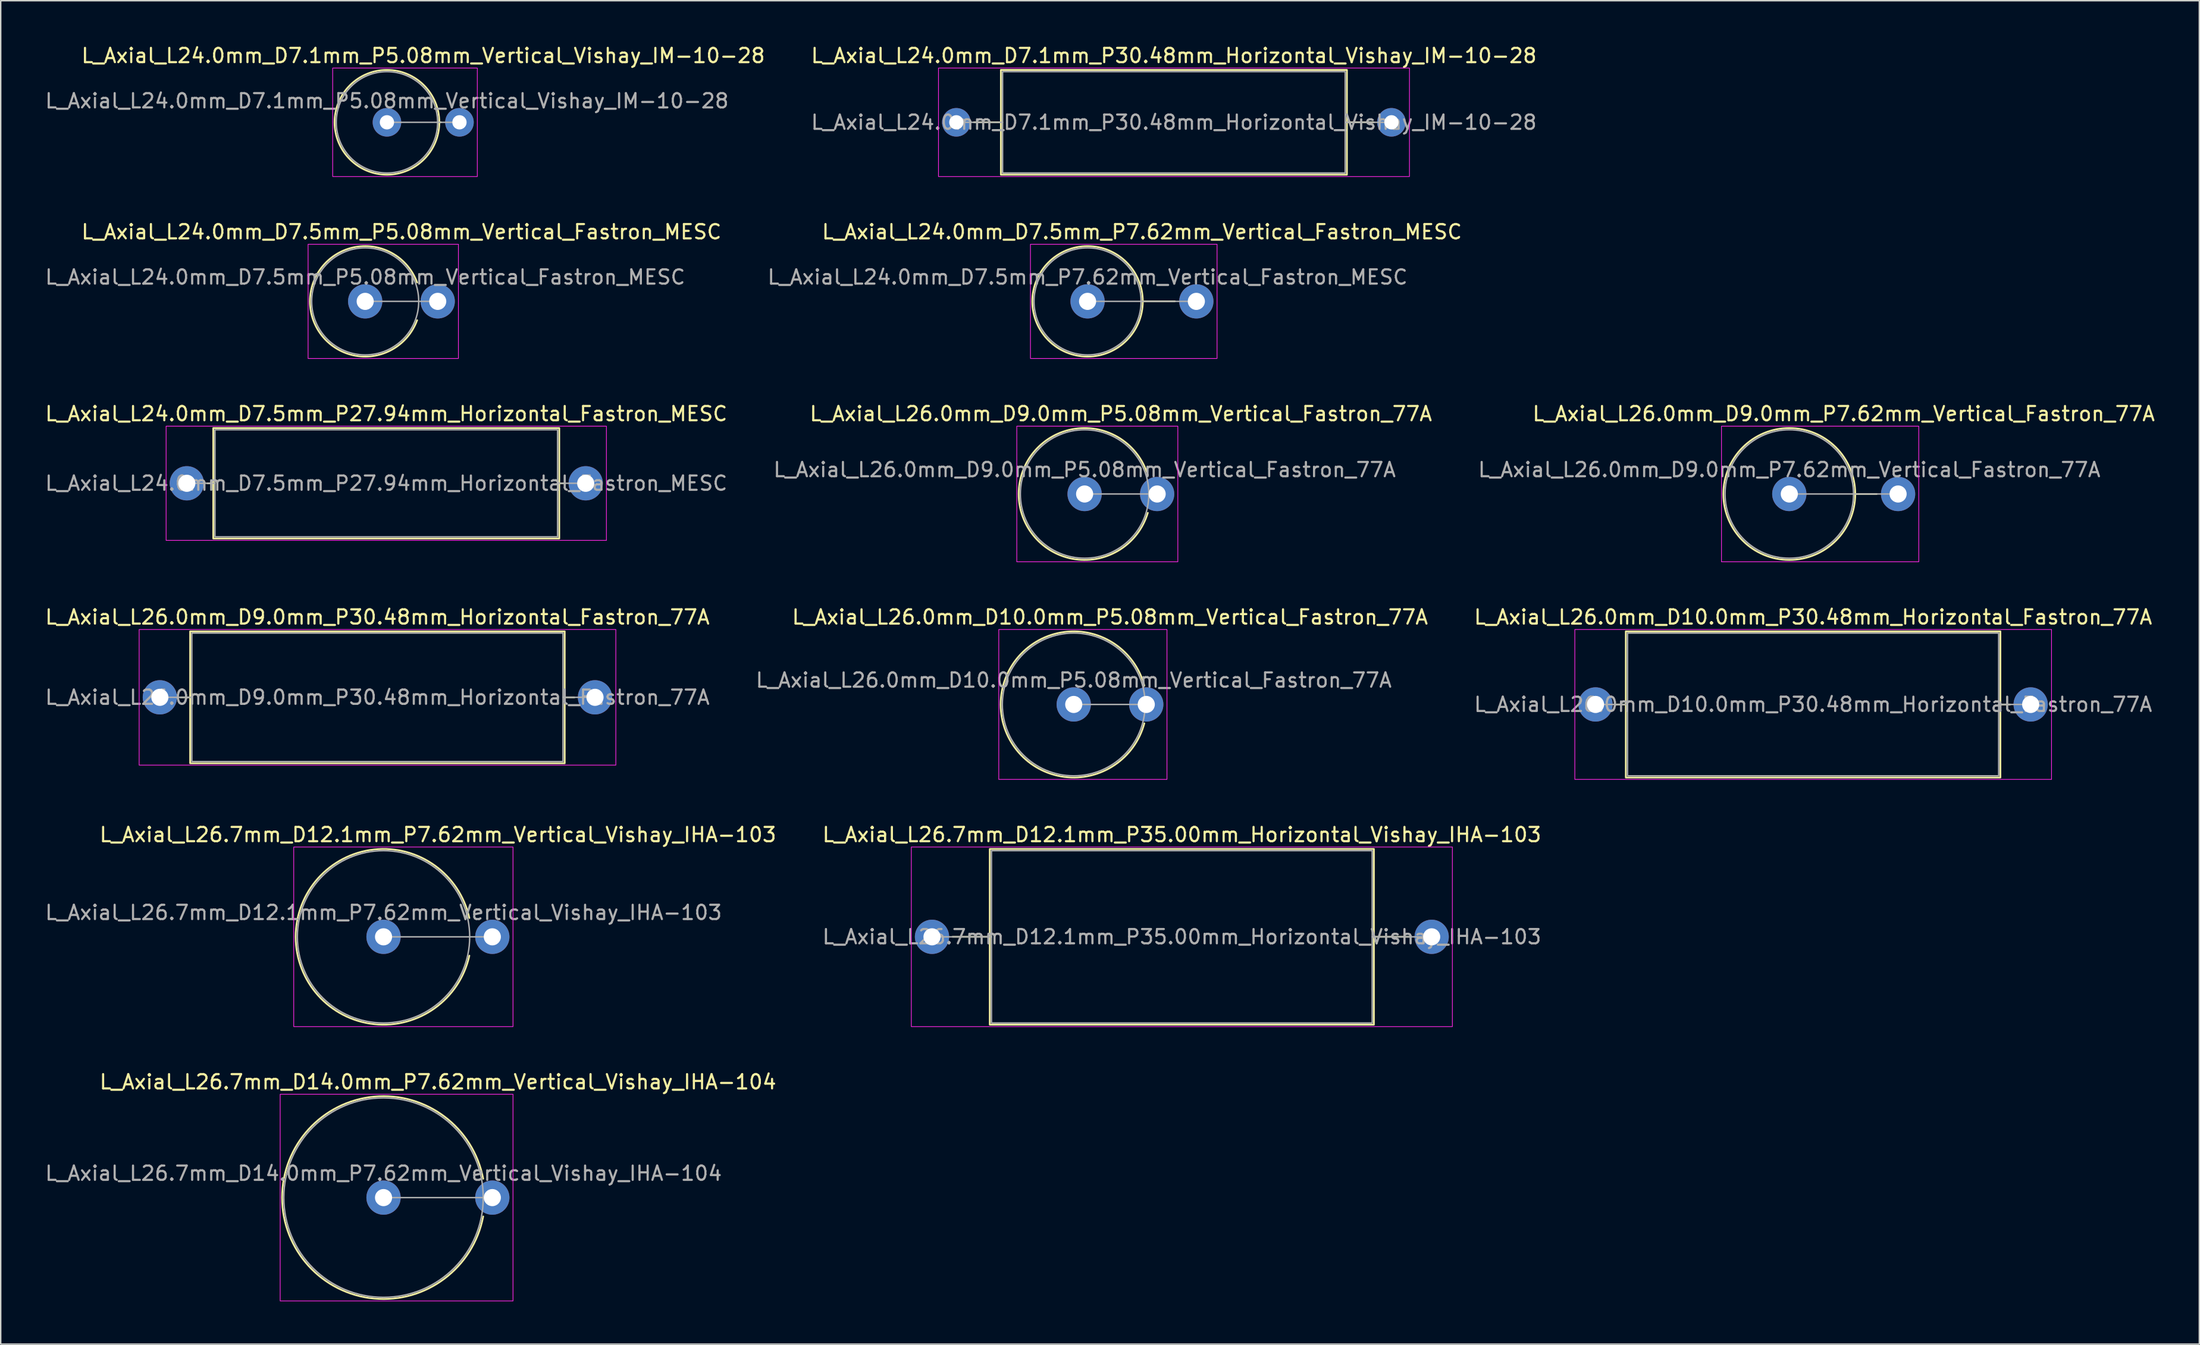
<source format=kicad_pcb>
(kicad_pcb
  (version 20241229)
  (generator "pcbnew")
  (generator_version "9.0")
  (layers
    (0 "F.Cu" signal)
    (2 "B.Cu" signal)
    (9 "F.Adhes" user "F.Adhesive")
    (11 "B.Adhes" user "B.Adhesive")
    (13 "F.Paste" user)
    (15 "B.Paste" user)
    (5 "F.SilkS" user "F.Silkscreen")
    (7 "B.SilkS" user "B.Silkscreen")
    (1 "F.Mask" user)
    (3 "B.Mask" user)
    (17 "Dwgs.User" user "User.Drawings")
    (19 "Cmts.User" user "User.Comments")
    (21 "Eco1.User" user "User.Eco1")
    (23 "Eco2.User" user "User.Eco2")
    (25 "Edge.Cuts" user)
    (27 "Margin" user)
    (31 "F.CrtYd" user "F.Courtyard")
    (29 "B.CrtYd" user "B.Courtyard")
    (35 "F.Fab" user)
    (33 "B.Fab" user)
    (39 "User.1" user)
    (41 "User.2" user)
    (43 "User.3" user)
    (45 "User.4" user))
  (footprint "L_Axial_L26.0mm_D9.0mm_P5.08mm_Vertical_Fastron_77A"
    (layer "F.Cu")
    (at 72.923 31.555)
    (property "Reference" "L_Axial_L26.0mm_D9.0mm_P5.08mm_Vertical_Fastron_77A" (at 2.54 -5.62 0) (layer "F.SilkS") (effects (font (size 1 1) (thickness 0.15))))
    (attr through_hole)
    (fp_arc (start 4.427415 1.32) (mid -4.62 0) (end 4.427415 -1.32) (stroke (width 0.12) (type solid)) (layer "F.SilkS"))
    (fp_rect (start -4.75 -4.75) (end 6.53 4.75) (stroke (width 0.05) (type solid)) (fill no) (layer "F.CrtYd"))
    (fp_line (start 0 0) (end 5.08 0) (stroke (width 0.1) (type solid)) (layer "F.Fab"))
    (fp_circle (center 0 0) (end 4.5 0) (stroke (width 0.1) (type solid)) (fill no) (layer "F.Fab"))
    (fp_text user "${REFERENCE}" (at 0 -1.7 0) (layer "F.Fab") (effects (font (size 1 1) (thickness 0.15))))
    (pad "1" thru_hole circle (at 0 0) (size 2.4 2.4) (drill 1.2) (layers "*.Cu" "*.Mask"))
    (pad "2" thru_hole circle (at 5.08 0) (size 2.4 2.4) (drill 1.2) (layers "*.Cu" "*.Mask")))
  (footprint "L_Axial_L26.7mm_D12.1mm_P7.62mm_Vertical_Vishay_IHA-103"
    (layer "F.Cu")
    (at 23.815 62.576)
    (property "Reference" "L_Axial_L26.7mm_D12.1mm_P7.62mm_Vertical_Vishay_IHA-103" (at 3.81 -7.155 0) (layer "F.SilkS") (effects (font (size 1 1) (thickness 0.15))))
    (attr through_hole)
    (fp_arc (start 6.01179 1.32) (mid -6.155 0) (end 6.01179 -1.32) (stroke (width 0.12) (type solid)) (layer "F.SilkS"))
    (fp_rect (start -6.29 -6.29) (end 9.07 6.29) (stroke (width 0.05) (type solid)) (fill no) (layer "F.CrtYd"))
    (fp_line (start 0 0) (end 7.62 0) (stroke (width 0.1) (type solid)) (layer "F.Fab"))
    (fp_circle (center 0 0) (end 6.035 0) (stroke (width 0.1) (type solid)) (fill no) (layer "F.Fab"))
    (fp_text user "${REFERENCE}" (at 0 -1.7 0) (layer "F.Fab") (effects (font (size 1 1) (thickness 0.15))))
    (pad "1" thru_hole circle (at 0 0) (size 2.4 2.4) (drill 1.2) (layers "*.Cu" "*.Mask"))
    (pad "2" thru_hole circle (at 7.62 0) (size 2.4 2.4) (drill 1.2) (layers "*.Cu" "*.Mask")))
  (footprint "L_Axial_L26.7mm_D14.0mm_P7.62mm_Vertical_Vishay_IHA-104"
    (layer "F.Cu")
    (at 23.815 80.844)
    (property "Reference" "L_Axial_L26.7mm_D14.0mm_P7.62mm_Vertical_Vishay_IHA-104" (at 3.81 -8.105 0) (layer "F.SilkS") (effects (font (size 1 1) (thickness 0.15))))
    (attr through_hole)
    (fp_arc (start 6.981305 1.32) (mid -7.105 0) (end 6.981305 -1.32) (stroke (width 0.12) (type solid)) (layer "F.SilkS"))
    (fp_rect (start -7.24 -7.24) (end 9.07 7.24) (stroke (width 0.05) (type solid)) (fill no) (layer "F.CrtYd"))
    (fp_line (start 0 0) (end 7.62 0) (stroke (width 0.1) (type solid)) (layer "F.Fab"))
    (fp_circle (center 0 0) (end 6.985 0) (stroke (width 0.1) (type solid)) (fill no) (layer "F.Fab"))
    (fp_text user "${REFERENCE}" (at 0 -1.7 0) (layer "F.Fab") (effects (font (size 1 1) (thickness 0.15))))
    (pad "1" thru_hole circle (at 0 0) (size 2.4 2.4) (drill 1.2) (layers "*.Cu" "*.Mask"))
    (pad "2" thru_hole circle (at 7.62 0) (size 2.4 2.4) (drill 1.2) (layers "*.Cu" "*.Mask")))
  (footprint "L_Axial_L24.0mm_D7.5mm_P5.08mm_Vertical_Fastron_MESC"
    (layer "F.Cu")
    (at 22.53 18.061)
    (property "Reference" "L_Axial_L24.0mm_D7.5mm_P5.08mm_Vertical_Fastron_MESC" (at 2.54 -4.87 0) (layer "F.SilkS") (effects (font (size 1 1) (thickness 0.15))))
    (attr through_hole)
    (fp_arc (start 3.637925 1.32) (mid -3.87 0) (end 3.637925 -1.32) (stroke (width 0.12) (type solid)) (layer "F.SilkS"))
    (fp_rect (start -4 -4) (end 6.53 4) (stroke (width 0.05) (type solid)) (fill no) (layer "F.CrtYd"))
    (fp_line (start 0 0) (end 5.08 0) (stroke (width 0.1) (type solid)) (layer "F.Fab"))
    (fp_circle (center 0 0) (end 3.75 0) (stroke (width 0.1) (type solid)) (fill no) (layer "F.Fab"))
    (fp_text user "${REFERENCE}" (at 0 -1.7 0) (layer "F.Fab") (effects (font (size 1 1) (thickness 0.15))))
    (pad "1" thru_hole circle (at 0 0) (size 2.4 2.4) (drill 1.2) (layers "*.Cu" "*.Mask"))
    (pad "2" thru_hole circle (at 5.08 0) (size 2.4 2.4) (drill 1.2) (layers "*.Cu" "*.Mask")))
  (footprint "L_Axial_L26.0mm_D9.0mm_P30.48mm_Horizontal_Fastron_77A"
    (layer "F.Cu")
    (at 8.147 45.798)
    (property "Reference" "L_Axial_L26.0mm_D9.0mm_P30.48mm_Horizontal_Fastron_77A" (at 15.24 -5.62 0) (layer "F.SilkS") (effects (font (size 1 1) (thickness 0.15))))
    (attr through_hole)
    (fp_line (start 1.44 0) (end 2.12 0) (stroke (width 0.12) (type solid)) (layer "F.SilkS"))
    (fp_line (start 29.04 0) (end 28.36 0) (stroke (width 0.12) (type solid)) (layer "F.SilkS"))
    (fp_rect (start 2.12 -4.62) (end 28.36 4.62) (stroke (width 0.12) (type solid)) (fill no) (layer "F.SilkS"))
    (fp_rect (start -1.45 -4.75) (end 31.94 4.75) (stroke (width 0.05) (type solid)) (fill no) (layer "F.CrtYd"))
    (fp_line (start 0 0) (end 2.24 0) (stroke (width 0.1) (type solid)) (layer "F.Fab"))
    (fp_line (start 30.48 0) (end 28.24 0) (stroke (width 0.1) (type solid)) (layer "F.Fab"))
    (fp_rect (start 2.24 -4.5) (end 28.24 4.5) (stroke (width 0.1) (type solid)) (fill no) (layer "F.Fab"))
    (fp_text user "${REFERENCE}" (at 15.24 0 0) (layer "F.Fab") (effects (font (size 1 1) (thickness 0.15))))
    (pad "1" thru_hole circle (at 0 0) (size 2.4 2.4) (drill 1.2) (layers "*.Cu" "*.Mask"))
    (pad "2" thru_hole circle (at 30.48 0) (size 2.4 2.4) (drill 1.2) (layers "*.Cu" "*.Mask")))
  (footprint "L_Axial_L26.7mm_D12.1mm_P35.00mm_Horizontal_Vishay_IHA-103"
    (layer "F.Cu")
    (at 62.233 62.576)
    (property "Reference" "L_Axial_L26.7mm_D12.1mm_P35.00mm_Horizontal_Vishay_IHA-103" (at 17.5 -7.155 0) (layer "F.SilkS") (effects (font (size 1 1) (thickness 0.15))))
    (attr through_hole)
    (fp_line (start 1.44 0) (end 4.045 0) (stroke (width 0.12) (type solid)) (layer "F.SilkS"))
    (fp_line (start 33.56 0) (end 30.955 0) (stroke (width 0.12) (type solid)) (layer "F.SilkS"))
    (fp_rect (start 4.045 -6.155) (end 30.955 6.155) (stroke (width 0.12) (type solid)) (fill no) (layer "F.SilkS"))
    (fp_rect (start -1.45 -6.29) (end 36.45 6.29) (stroke (width 0.05) (type solid)) (fill no) (layer "F.CrtYd"))
    (fp_line (start 0 0) (end 4.165 0) (stroke (width 0.1) (type solid)) (layer "F.Fab"))
    (fp_line (start 35 0) (end 30.835 0) (stroke (width 0.1) (type solid)) (layer "F.Fab"))
    (fp_rect (start 4.165 -6.035) (end 30.835 6.035) (stroke (width 0.1) (type solid)) (fill no) (layer "F.Fab"))
    (fp_text user "${REFERENCE}" (at 17.5 0 0) (layer "F.Fab") (effects (font (size 1 1) (thickness 0.15))))
    (pad "1" thru_hole circle (at 0 0) (size 2.4 2.4) (drill 1.2) (layers "*.Cu" "*.Mask"))
    (pad "2" thru_hole circle (at 35 0) (size 2.4 2.4) (drill 1.2) (layers "*.Cu" "*.Mask")))
  (footprint "L_Axial_L26.0mm_D9.0mm_P7.62mm_Vertical_Fastron_77A"
    (layer "F.Cu")
    (at 122.284 31.555)
    (property "Reference" "L_Axial_L26.0mm_D9.0mm_P7.62mm_Vertical_Fastron_77A" (at 3.81 -5.62 0) (layer "F.SilkS") (effects (font (size 1 1) (thickness 0.15))))
    (attr through_hole)
    (fp_line (start 4.62 0) (end 6.12 0) (stroke (width 0.12) (type solid)) (layer "F.SilkS"))
    (fp_circle (center 0 0) (end 4.62 0) (stroke (width 0.12) (type solid)) (fill no) (layer "F.SilkS"))
    (fp_rect (start -4.75 -4.75) (end 9.07 4.75) (stroke (width 0.05) (type solid)) (fill no) (layer "F.CrtYd"))
    (fp_line (start 0 0) (end 7.62 0) (stroke (width 0.1) (type solid)) (layer "F.Fab"))
    (fp_circle (center 0 0) (end 4.5 0) (stroke (width 0.1) (type solid)) (fill no) (layer "F.Fab"))
    (fp_text user "${REFERENCE}" (at 0 -1.7 0) (layer "F.Fab") (effects (font (size 1 1) (thickness 0.15))))
    (pad "1" thru_hole circle (at 0 0) (size 2.4 2.4) (drill 1.2) (layers "*.Cu" "*.Mask"))
    (pad "2" thru_hole circle (at 7.62 0) (size 2.4 2.4) (drill 1.2) (layers "*.Cu" "*.Mask")))
  (footprint "L_Axial_L26.0mm_D10.0mm_P30.48mm_Horizontal_Fastron_77A"
    (layer "F.Cu")
    (at 108.711 46.298)
    (property "Reference" "L_Axial_L26.0mm_D10.0mm_P30.48mm_Horizontal_Fastron_77A" (at 15.24 -6.12 0) (layer "F.SilkS") (effects (font (size 1 1) (thickness 0.15))))
    (attr through_hole)
    (fp_line (start 1.44 0) (end 2.12 0) (stroke (width 0.12) (type solid)) (layer "F.SilkS"))
    (fp_line (start 29.04 0) (end 28.36 0) (stroke (width 0.12) (type solid)) (layer "F.SilkS"))
    (fp_rect (start 2.12 -5.12) (end 28.36 5.12) (stroke (width 0.12) (type solid)) (fill no) (layer "F.SilkS"))
    (fp_rect (start -1.45 -5.25) (end 31.94 5.25) (stroke (width 0.05) (type solid)) (fill no) (layer "F.CrtYd"))
    (fp_line (start 0 0) (end 2.24 0) (stroke (width 0.1) (type solid)) (layer "F.Fab"))
    (fp_line (start 30.48 0) (end 28.24 0) (stroke (width 0.1) (type solid)) (layer "F.Fab"))
    (fp_rect (start 2.24 -5) (end 28.24 5) (stroke (width 0.1) (type solid)) (fill no) (layer "F.Fab"))
    (fp_text user "${REFERENCE}" (at 15.24 0 0) (layer "F.Fab") (effects (font (size 1 1) (thickness 0.15))))
    (pad "1" thru_hole circle (at 0 0) (size 2.4 2.4) (drill 1.2) (layers "*.Cu" "*.Mask"))
    (pad "2" thru_hole circle (at 30.48 0) (size 2.4 2.4) (drill 1.2) (layers "*.Cu" "*.Mask")))
  (footprint "L_Axial_L26.0mm_D10.0mm_P5.08mm_Vertical_Fastron_77A"
    (layer "F.Cu")
    (at 72.161 46.298)
    (property "Reference" "L_Axial_L26.0mm_D10.0mm_P5.08mm_Vertical_Fastron_77A" (at 2.54 -6.12 0) (layer "F.SilkS") (effects (font (size 1 1) (thickness 0.15))))
    (attr through_hole)
    (fp_arc (start 4.946918 1.32) (mid -5.12 0) (end 4.946918 -1.32) (stroke (width 0.12) (type solid)) (layer "F.SilkS"))
    (fp_rect (start -5.25 -5.25) (end 6.53 5.25) (stroke (width 0.05) (type solid)) (fill no) (layer "F.CrtYd"))
    (fp_line (start 0 0) (end 5.08 0) (stroke (width 0.1) (type solid)) (layer "F.Fab"))
    (fp_circle (center 0 0) (end 5 0) (stroke (width 0.1) (type solid)) (fill no) (layer "F.Fab"))
    (fp_text user "${REFERENCE}" (at 0 -1.7 0) (layer "F.Fab") (effects (font (size 1 1) (thickness 0.15))))
    (pad "1" thru_hole circle (at 0 0) (size 2.4 2.4) (drill 1.2) (layers "*.Cu" "*.Mask"))
    (pad "2" thru_hole circle (at 5.08 0) (size 2.4 2.4) (drill 1.2) (layers "*.Cu" "*.Mask")))
  (footprint "L_Axial_L24.0mm_D7.1mm_P30.48mm_Horizontal_Vishay_IM-10-28"
    (layer "F.Cu")
    (at 63.937 5.518)
    (property "Reference" "L_Axial_L24.0mm_D7.1mm_P30.48mm_Horizontal_Vishay_IM-10-28" (at 15.24 -4.67 0) (layer "F.SilkS") (effects (font (size 1 1) (thickness 0.15))))
    (attr through_hole)
    (fp_line (start 1.24 0) (end 3.12 0) (stroke (width 0.12) (type solid)) (layer "F.SilkS"))
    (fp_line (start 29.24 0) (end 27.36 0) (stroke (width 0.12) (type solid)) (layer "F.SilkS"))
    (fp_rect (start 3.12 -3.67) (end 27.36 3.67) (stroke (width 0.12) (type solid)) (fill no) (layer "F.SilkS"))
    (fp_rect (start -1.25 -3.8) (end 31.74 3.8) (stroke (width 0.05) (type solid)) (fill no) (layer "F.CrtYd"))
    (fp_line (start 0 0) (end 3.24 0) (stroke (width 0.1) (type solid)) (layer "F.Fab"))
    (fp_line (start 30.48 0) (end 27.24 0) (stroke (width 0.1) (type solid)) (layer "F.Fab"))
    (fp_rect (start 3.24 -3.55) (end 27.24 3.55) (stroke (width 0.1) (type solid)) (fill no) (layer "F.Fab"))
    (fp_text user "${REFERENCE}" (at 15.24 0 0) (layer "F.Fab") (effects (font (size 1 1) (thickness 0.15))))
    (pad "1" thru_hole circle (at 0 0) (size 2 2) (drill 1) (layers "*.Cu" "*.Mask"))
    (pad "2" thru_hole circle (at 30.48 0) (size 2 2) (drill 1) (layers "*.Cu" "*.Mask")))
  (footprint "L_Axial_L24.0mm_D7.1mm_P5.08mm_Vertical_Vishay_IM-10-28"
    (layer "F.Cu")
    (at 24.054 5.518)
    (property "Reference" "L_Axial_L24.0mm_D7.1mm_P5.08mm_Vertical_Vishay_IM-10-28" (at 2.54 -4.67 0) (layer "F.SilkS") (effects (font (size 1 1) (thickness 0.15))))
    (attr through_hole)
    (fp_line (start 3.67 0) (end 3.78 0) (stroke (width 0.12) (type solid)) (layer "F.SilkS"))
    (fp_circle (center 0 0) (end 3.67 0) (stroke (width 0.12) (type solid)) (fill no) (layer "F.SilkS"))
    (fp_rect (start -3.8 -3.8) (end 6.33 3.8) (stroke (width 0.05) (type solid)) (fill no) (layer "F.CrtYd"))
    (fp_line (start 0 0) (end 5.08 0) (stroke (width 0.1) (type solid)) (layer "F.Fab"))
    (fp_circle (center 0 0) (end 3.55 0) (stroke (width 0.1) (type solid)) (fill no) (layer "F.Fab"))
    (fp_text user "${REFERENCE}" (at 0 -1.5 0) (layer "F.Fab") (effects (font (size 1 1) (thickness 0.15))))
    (pad "1" thru_hole circle (at 0 0) (size 2 2) (drill 1) (layers "*.Cu" "*.Mask"))
    (pad "2" thru_hole circle (at 5.08 0) (size 2 2) (drill 1) (layers "*.Cu" "*.Mask")))
  (footprint "L_Axial_L24.0mm_D7.5mm_P27.94mm_Horizontal_Fastron_MESC"
    (layer "F.Cu")
    (at 10.036 30.805)
    (property "Reference" "L_Axial_L24.0mm_D7.5mm_P27.94mm_Horizontal_Fastron_MESC" (at 13.97 -4.87 0) (layer "F.SilkS") (effects (font (size 1 1) (thickness 0.15))))
    (attr through_hole)
    (fp_line (start 1.44 0) (end 1.85 0) (stroke (width 0.12) (type solid)) (layer "F.SilkS"))
    (fp_line (start 26.5 0) (end 26.09 0) (stroke (width 0.12) (type solid)) (layer "F.SilkS"))
    (fp_rect (start 1.85 -3.87) (end 26.09 3.87) (stroke (width 0.12) (type solid)) (fill no) (layer "F.SilkS"))
    (fp_rect (start -1.45 -4) (end 29.39 4) (stroke (width 0.05) (type solid)) (fill no) (layer "F.CrtYd"))
    (fp_line (start 0 0) (end 1.97 0) (stroke (width 0.1) (type solid)) (layer "F.Fab"))
    (fp_line (start 27.94 0) (end 25.97 0) (stroke (width 0.1) (type solid)) (layer "F.Fab"))
    (fp_rect (start 1.97 -3.75) (end 25.97 3.75) (stroke (width 0.1) (type solid)) (fill no) (layer "F.Fab"))
    (fp_text user "${REFERENCE}" (at 13.97 0 0) (layer "F.Fab") (effects (font (size 1 1) (thickness 0.15))))
    (pad "1" thru_hole circle (at 0 0) (size 2.4 2.4) (drill 1.2) (layers "*.Cu" "*.Mask"))
    (pad "2" thru_hole circle (at 27.94 0) (size 2.4 2.4) (drill 1.2) (layers "*.Cu" "*.Mask")))
  (footprint "L_Axial_L24.0mm_D7.5mm_P7.62mm_Vertical_Fastron_MESC"
    (layer "F.Cu")
    (at 73.129 18.061)
    (property "Reference" "L_Axial_L24.0mm_D7.5mm_P7.62mm_Vertical_Fastron_MESC" (at 3.81 -4.87 0) (layer "F.SilkS") (effects (font (size 1 1) (thickness 0.15))))
    (attr through_hole)
    (fp_line (start 3.87 0) (end 6.12 0) (stroke (width 0.12) (type solid)) (layer "F.SilkS"))
    (fp_circle (center 0 0) (end 3.87 0) (stroke (width 0.12) (type solid)) (fill no) (layer "F.SilkS"))
    (fp_rect (start -4 -4) (end 9.07 4) (stroke (width 0.05) (type solid)) (fill no) (layer "F.CrtYd"))
    (fp_line (start 0 0) (end 7.62 0) (stroke (width 0.1) (type solid)) (layer "F.Fab"))
    (fp_circle (center 0 0) (end 3.75 0) (stroke (width 0.1) (type solid)) (fill no) (layer "F.Fab"))
    (fp_text user "${REFERENCE}" (at 0 -1.7 0) (layer "F.Fab") (effects (font (size 1 1) (thickness 0.15))))
    (pad "1" thru_hole circle (at 0 0) (size 2.4 2.4) (drill 1.2) (layers "*.Cu" "*.Mask"))
    (pad "2" thru_hole circle (at 7.62 0) (size 2.4 2.4) (drill 1.2) (layers "*.Cu" "*.Mask")))
  (gr_rect
    (start -3 -3)
    (end 151.005 91.109)
    (stroke (width 0.1) (type default))
    (fill no)
    (layer "Edge.Cuts")))
</source>
